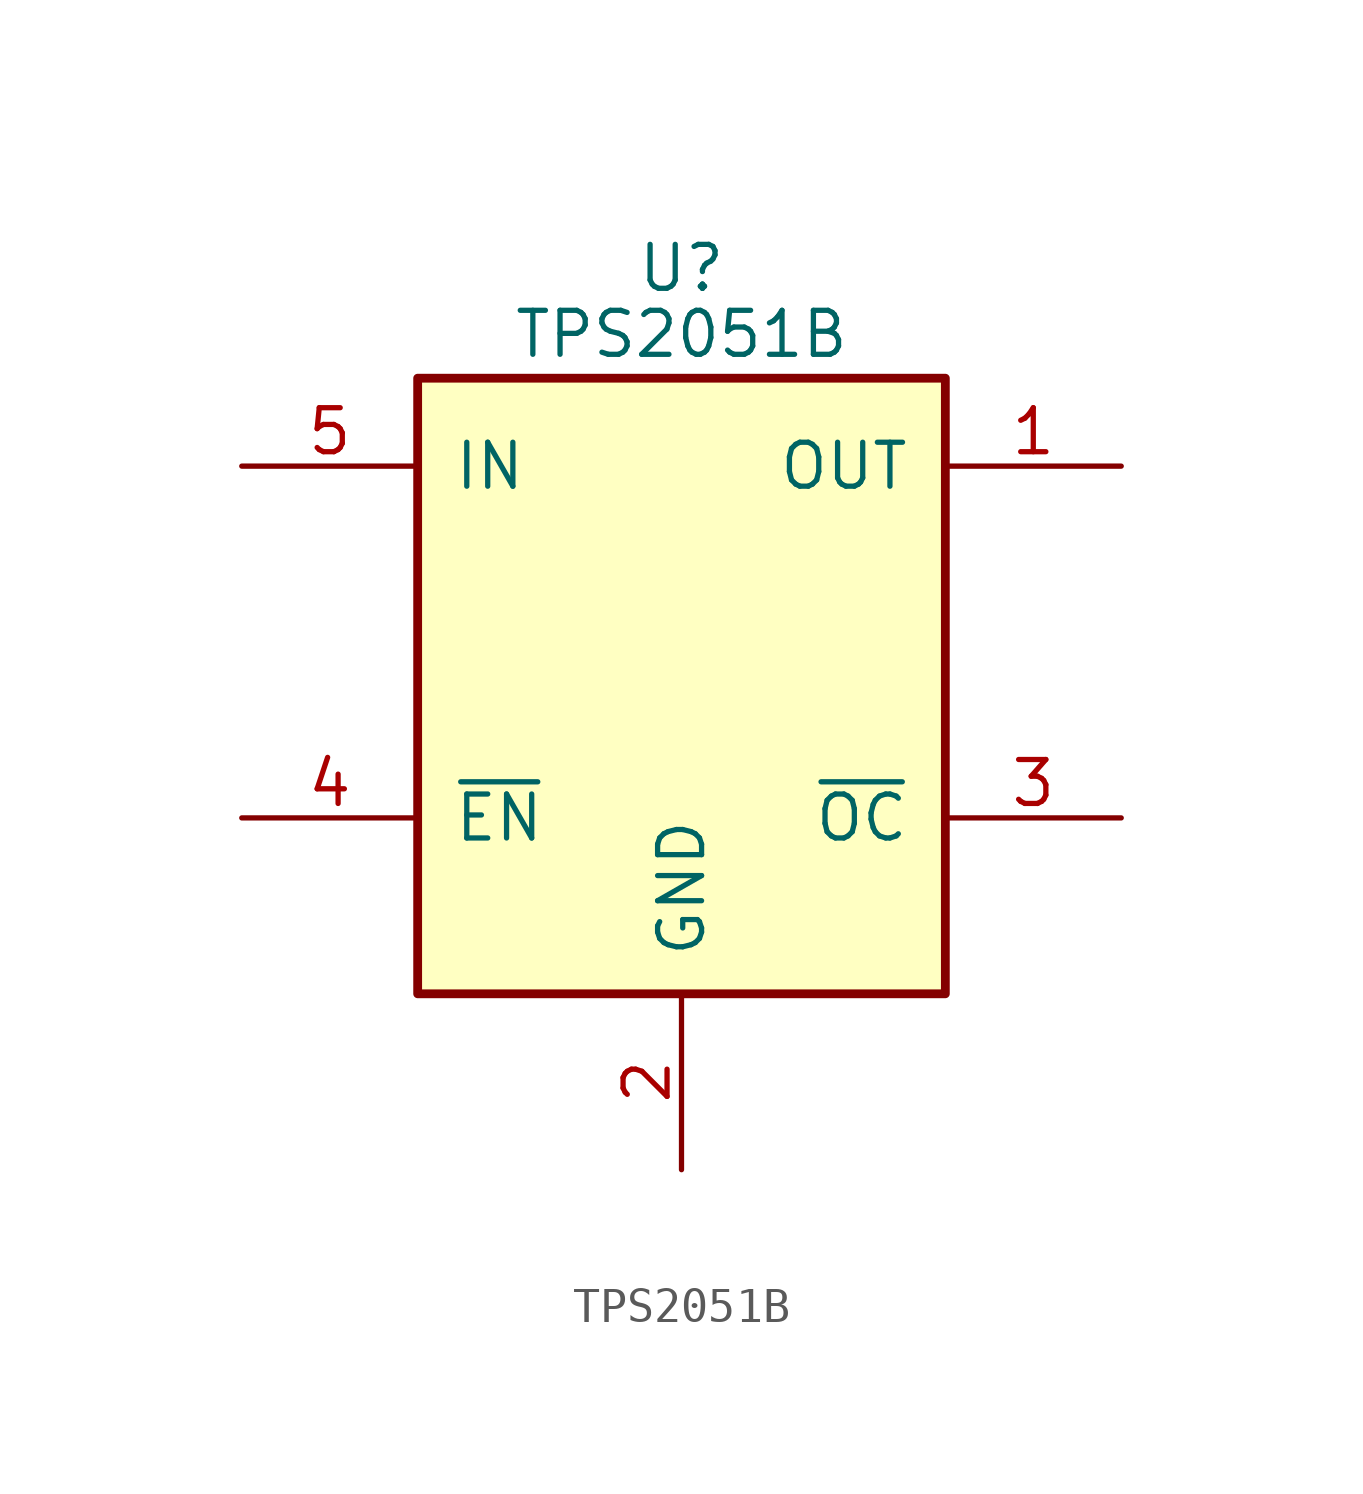
<source format=kicad_sym>
(kicad_symbol_lib
  (version 20211014)
  (generator kicad_symbol_editor)
  (symbol "TPS2051B"
    (pin_names
      (offset 1.016))
    (property "Reference" "U"
      (at 0 10.795 0)
      (effects (font (size 1.27 1.27))))
    (property "Value" "TPS2051B"
      (at 0 8.89 0)
      (effects (font (size 1.27 1.27))))
    (symbol "TPS2051B_0_1"
      (rectangle (start -7.62 7.62) (end 7.62 -10.16) (stroke (width 0.254) (type default) (color 0 0 0 0)) (fill (type background))))
    (symbol "TPS2051B_1_1"
      (pin power_out line (at 12.7 5.08 180) (length 5.08) (name "OUT" (effects (font (size 1.27 1.27)))) (number "1" (effects (font (size 1.27 1.27)))))
      (pin power_in line (at 0 -15.24 90) (length 5.08) (name "GND" (effects (font (size 1.27 1.27)))) (number "2" (effects (font (size 1.27 1.27)))))
      (pin open_collector line (at 12.7 -5.08 180) (length 5.08) (name "~{OC}" (effects (font (size 1.27 1.27)))) (number "3" (effects (font (size 1.27 1.27)))))
      (pin input line (at -12.7 -5.08 0) (length 5.08) (name "~{EN}" (effects (font (size 1.27 1.27)))) (number "4" (effects (font (size 1.27 1.27)))))
      (pin power_in line (at -12.7 5.08 0) (length 5.08) (name "IN" (effects (font (size 1.27 1.27)))) (number "5" (effects (font (size 1.27 1.27))))))))
</source>
